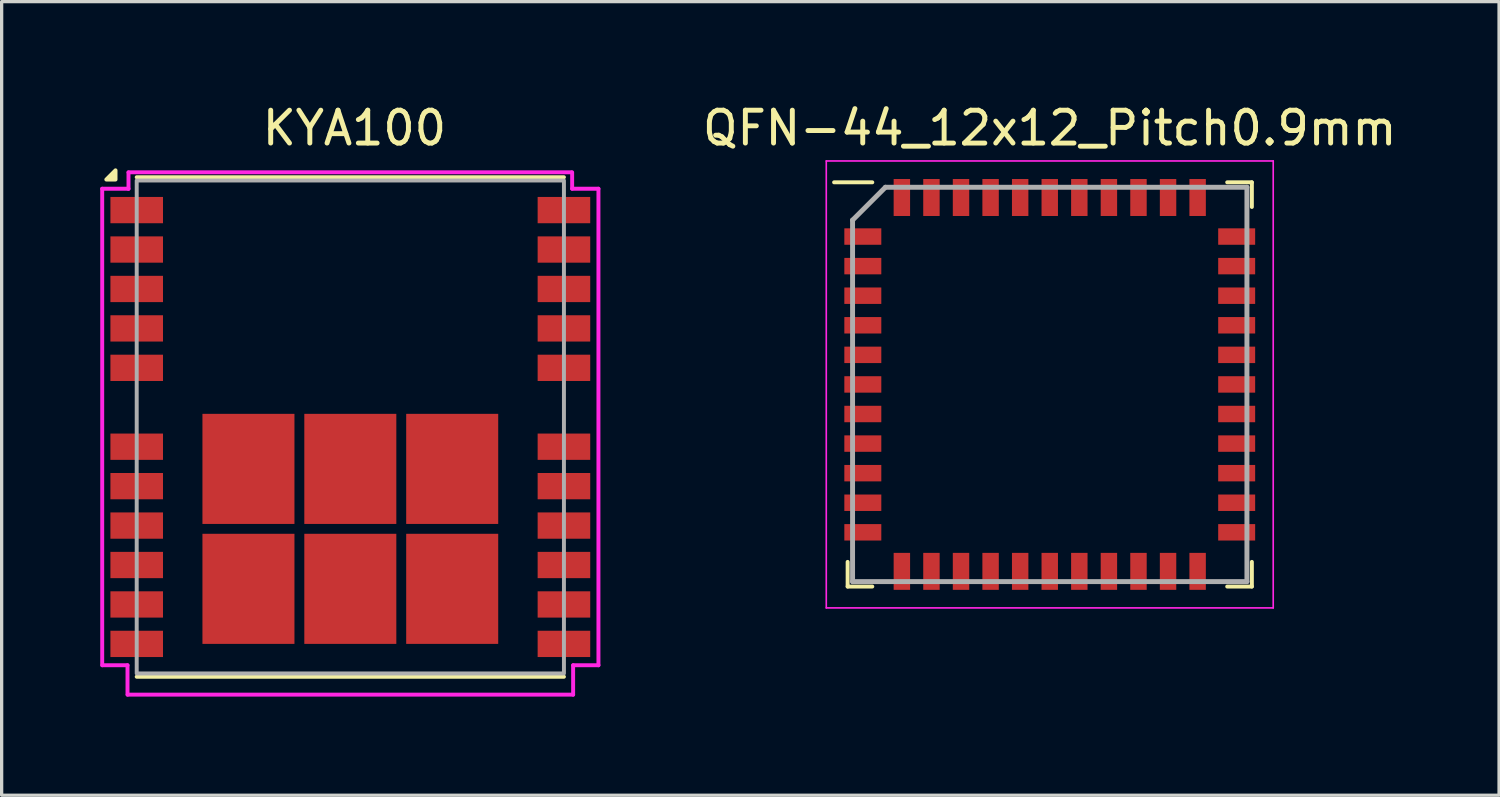
<source format=kicad_pcb>
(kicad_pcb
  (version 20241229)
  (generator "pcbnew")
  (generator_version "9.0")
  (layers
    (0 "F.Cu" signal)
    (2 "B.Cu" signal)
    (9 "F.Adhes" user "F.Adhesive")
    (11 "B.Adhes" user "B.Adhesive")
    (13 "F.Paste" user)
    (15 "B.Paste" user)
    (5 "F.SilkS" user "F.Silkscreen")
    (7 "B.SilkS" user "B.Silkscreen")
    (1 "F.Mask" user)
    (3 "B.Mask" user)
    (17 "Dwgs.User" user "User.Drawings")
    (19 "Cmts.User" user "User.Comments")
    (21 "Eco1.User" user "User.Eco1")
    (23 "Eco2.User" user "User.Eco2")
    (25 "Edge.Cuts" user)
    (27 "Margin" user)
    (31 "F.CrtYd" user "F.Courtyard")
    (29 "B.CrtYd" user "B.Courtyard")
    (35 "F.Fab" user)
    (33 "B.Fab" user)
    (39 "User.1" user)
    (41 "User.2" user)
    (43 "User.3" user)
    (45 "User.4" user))
  (footprint "QFN-44_12x12_Pitch0.9mm"
    (layer "F.Cu")
    (at 28.893 8.648)
    (property "Reference" "QFN-44_12x12_Pitch0.9mm" (at 0 -7.8 0) (layer "F.SilkS") (effects (font (size 1 1) (thickness 0.15))))
    (attr through_hole)
    (fp_line (start -6.15 6.15) (end -6.15 5.4) (stroke (width 0.12) (type default)) (layer "F.SilkS"))
    (fp_line (start -5.4 -6.15) (end -6.562 -6.15) (stroke (width 0.12) (type default)) (layer "F.SilkS"))
    (fp_line (start -5.4 6.15) (end -6.15 6.15) (stroke (width 0.12) (type default)) (layer "F.SilkS"))
    (fp_line (start 5.4 -6.15) (end 6.15 -6.15) (stroke (width 0.12) (type default)) (layer "F.SilkS"))
    (fp_line (start 5.4 6.15) (end 6.15 6.15) (stroke (width 0.12) (type default)) (layer "F.SilkS"))
    (fp_line (start 6.15 -6.15) (end 6.15 -5.4) (stroke (width 0.12) (type default)) (layer "F.SilkS"))
    (fp_line (start 6.15 6.15) (end 6.15 5.4) (stroke (width 0.12) (type default)) (layer "F.SilkS"))
    (fp_line (start -6.8 -6.8) (end 6.8 -6.8) (stroke (width 0.05) (type default)) (layer "F.CrtYd"))
    (fp_line (start -6.8 6.8) (end -6.8 -6.8) (stroke (width 0.05) (type default)) (layer "F.CrtYd"))
    (fp_line (start 6.8 -6.8) (end 6.8 6.8) (stroke (width 0.05) (type default)) (layer "F.CrtYd"))
    (fp_line (start 6.8 6.8) (end -6.8 6.8) (stroke (width 0.05) (type default)) (layer "F.CrtYd"))
    (fp_line (start -6 -5) (end -6 6) (stroke (width 0.15) (type default)) (layer "F.Fab"))
    (fp_line (start -6 6) (end 6 6) (stroke (width 0.15) (type default)) (layer "F.Fab"))
    (fp_line (start -5 -6) (end -6 -5) (stroke (width 0.15) (type default)) (layer "F.Fab"))
    (fp_line (start 6 -6) (end -5 -6) (stroke (width 0.15) (type default)) (layer "F.Fab"))
    (fp_line (start 6 6) (end 6 -6) (stroke (width 0.15) (type default)) (layer "F.Fab"))
    (pad "1" smd rect (at -5.688 -4.5 90) (size 0.5 1.125) (layers "F.Cu" "F.Mask" "F.Paste"))
    (pad "2" smd rect (at -5.688 -3.6 90) (size 0.5 1.125) (layers "F.Cu" "F.Mask" "F.Paste"))
    (pad "3" smd rect (at -5.688 -2.7 90) (size 0.5 1.125) (layers "F.Cu" "F.Mask" "F.Paste"))
    (pad "4" smd rect (at -5.688 -1.8 90) (size 0.5 1.125) (layers "F.Cu" "F.Mask" "F.Paste"))
    (pad "5" smd rect (at -5.688 -0.9 90) (size 0.5 1.125) (layers "F.Cu" "F.Mask" "F.Paste"))
    (pad "6" smd rect (at -5.688 0 90) (size 0.5 1.125) (layers "F.Cu" "F.Mask" "F.Paste"))
    (pad "7" smd rect (at -5.688 0.9 90) (size 0.5 1.125) (layers "F.Cu" "F.Mask" "F.Paste"))
    (pad "8" smd rect (at -5.688 1.8 90) (size 0.5 1.125) (layers "F.Cu" "F.Mask" "F.Paste"))
    (pad "9" smd rect (at -5.688 2.7 90) (size 0.5 1.125) (layers "F.Cu" "F.Mask" "F.Paste"))
    (pad "10" smd rect (at -5.688 3.6 90) (size 0.5 1.125) (layers "F.Cu" "F.Mask" "F.Paste"))
    (pad "11" smd rect (at -5.688 4.5 90) (size 0.5 1.125) (layers "F.Cu" "F.Mask" "F.Paste"))
    (pad "12" smd rect (at -4.5 5.688) (size 0.5 1.125) (layers "F.Cu" "F.Mask" "F.Paste"))
    (pad "13" smd rect (at -3.6 5.688) (size 0.5 1.125) (layers "F.Cu" "F.Mask" "F.Paste"))
    (pad "14" smd rect (at -2.7 5.688) (size 0.5 1.125) (layers "F.Cu" "F.Mask" "F.Paste"))
    (pad "15" smd rect (at -1.8 5.688) (size 0.5 1.125) (layers "F.Cu" "F.Mask" "F.Paste"))
    (pad "16" smd rect (at -0.9 5.688) (size 0.5 1.125) (layers "F.Cu" "F.Mask" "F.Paste"))
    (pad "17" smd rect (at 0 5.688) (size 0.5 1.125) (layers "F.Cu" "F.Mask" "F.Paste"))
    (pad "18" smd rect (at 0.9 5.688) (size 0.5 1.125) (layers "F.Cu" "F.Mask" "F.Paste"))
    (pad "19" smd rect (at 1.8 5.688) (size 0.5 1.125) (layers "F.Cu" "F.Mask" "F.Paste"))
    (pad "20" smd rect (at 2.7 5.688) (size 0.5 1.125) (layers "F.Cu" "F.Mask" "F.Paste"))
    (pad "21" smd rect (at 3.6 5.688) (size 0.5 1.125) (layers "F.Cu" "F.Mask" "F.Paste"))
    (pad "22" smd rect (at 4.5 5.688) (size 0.5 1.125) (layers "F.Cu" "F.Mask" "F.Paste"))
    (pad "23" smd rect (at 5.688 4.5 90) (size 0.5 1.125) (layers "F.Cu" "F.Mask" "F.Paste"))
    (pad "24" smd rect (at 5.688 3.6 90) (size 0.5 1.125) (layers "F.Cu" "F.Mask" "F.Paste"))
    (pad "25" smd rect (at 5.688 2.7 90) (size 0.5 1.125) (layers "F.Cu" "F.Mask" "F.Paste"))
    (pad "26" smd rect (at 5.688 1.8 90) (size 0.5 1.125) (layers "F.Cu" "F.Mask" "F.Paste"))
    (pad "27" smd rect (at 5.688 0.9 90) (size 0.5 1.125) (layers "F.Cu" "F.Mask" "F.Paste"))
    (pad "28" smd rect (at 5.688 0 90) (size 0.5 1.125) (layers "F.Cu" "F.Mask" "F.Paste"))
    (pad "29" smd rect (at 5.688 -0.9 90) (size 0.5 1.125) (layers "F.Cu" "F.Mask" "F.Paste"))
    (pad "30" smd rect (at 5.688 -1.8 90) (size 0.5 1.125) (layers "F.Cu" "F.Mask" "F.Paste"))
    (pad "31" smd rect (at 5.688 -2.7 90) (size 0.5 1.125) (layers "F.Cu" "F.Mask" "F.Paste"))
    (pad "32" smd rect (at 5.688 -3.6 90) (size 0.5 1.125) (layers "F.Cu" "F.Mask" "F.Paste"))
    (pad "33" smd rect (at 5.688 -4.5 90) (size 0.5 1.125) (layers "F.Cu" "F.Mask" "F.Paste"))
    (pad "34" smd rect (at 4.5 -5.688) (size 0.5 1.125) (layers "F.Cu" "F.Mask" "F.Paste"))
    (pad "35" smd rect (at 3.6 -5.688) (size 0.5 1.125) (layers "F.Cu" "F.Mask" "F.Paste"))
    (pad "36" smd rect (at 2.7 -5.688) (size 0.5 1.125) (layers "F.Cu" "F.Mask" "F.Paste"))
    (pad "37" smd rect (at 1.8 -5.688) (size 0.5 1.125) (layers "F.Cu" "F.Mask" "F.Paste"))
    (pad "38" smd rect (at 0.9 -5.688) (size 0.5 1.125) (layers "F.Cu" "F.Mask" "F.Paste"))
    (pad "39" smd rect (at 0 -5.688) (size 0.5 1.125) (layers "F.Cu" "F.Mask" "F.Paste"))
    (pad "40" smd rect (at -0.9 -5.688) (size 0.5 1.125) (layers "F.Cu" "F.Mask" "F.Paste"))
    (pad "41" smd rect (at -1.8 -5.688) (size 0.5 1.125) (layers "F.Cu" "F.Mask" "F.Paste"))
    (pad "42" smd rect (at -2.7 -5.688) (size 0.5 1.125) (layers "F.Cu" "F.Mask" "F.Paste"))
    (pad "43" smd rect (at -3.6 -5.688) (size 0.5 1.125) (layers "F.Cu" "F.Mask" "F.Paste"))
    (pad "44" smd rect (at -4.5 -5.688) (size 0.5 1.125) (layers "F.Cu" "F.Mask" "F.Paste")))
  (footprint "KYA100"
    (layer "F.Cu")
    (at 7.61 9.943)
    (property "Reference" "KYA100" (at 0.125 -9.095 0) (unlocked yes) (layer "F.SilkS") (effects (font (size 1 1) (thickness 0.15))))
    (attr smd)
    (fp_line (start -6.5 -7.6) (end 6.5 -7.6) (stroke (width 0.12) (type default)) (layer "F.SilkS"))
    (fp_line (start -6.5 7.6) (end 6.5 7.6) (stroke (width 0.12) (type default)) (layer "F.SilkS"))
    (fp_poly (pts (xy -7.145 -7.53) (xy -7.425 -7.53) (xy -7.145 -7.81) (xy -7.145 -7.53)) (stroke (width 0.12) (type solid)) (fill yes) (layer "F.SilkS"))
    (fp_line (start -7.55 -7.25) (end -7.55 7.25) (stroke (width 0.12) (type default)) (layer "F.CrtYd"))
    (fp_line (start -7.545 7.25) (end -6.78 7.25) (stroke (width 0.12) (type default)) (layer "F.CrtYd"))
    (fp_line (start -6.78 7.25) (end -6.78 8.145) (stroke (width 0.12) (type default)) (layer "F.CrtYd"))
    (fp_line (start -6.775 8.145) (end 6.78 8.145) (stroke (width 0.12) (type default)) (layer "F.CrtYd"))
    (fp_line (start -6.75 -7.745) (end -6.75 -7.245) (stroke (width 0.12) (type default)) (layer "F.CrtYd"))
    (fp_line (start -6.75 -7.25) (end -7.55 -7.25) (stroke (width 0.12) (type default)) (layer "F.CrtYd"))
    (fp_line (start 6.725 -7.75) (end -6.75 -7.75) (stroke (width 0.12) (type default)) (layer "F.CrtYd"))
    (fp_line (start 6.75 -7.25) (end 6.75 -7.75) (stroke (width 0.12) (type default)) (layer "F.CrtYd"))
    (fp_line (start 6.78 7.25) (end 7.55 7.25) (stroke (width 0.12) (type default)) (layer "F.CrtYd"))
    (fp_line (start 6.78 8.145) (end 6.78 7.25) (stroke (width 0.12) (type default)) (layer "F.CrtYd"))
    (fp_line (start 7.55 -7.25) (end 6.75 -7.25) (stroke (width 0.12) (type default)) (layer "F.CrtYd"))
    (fp_line (start 7.55 7.25) (end 7.55 -7.25) (stroke (width 0.12) (type default)) (layer "F.CrtYd"))
    (fp_rect (start -6.5 -7.5) (end 6.5 7.5) (stroke (width 0.12) (type default)) (fill no) (layer "F.Fab"))
    (pad "" smd rect (at -3.1 1.275) (size 2 2.5) (layers "F.Paste"))
    (pad "" smd rect (at -3.1 4.925) (size 2 2.5) (layers "F.Paste"))
    (pad "" smd rect (at 0 1.275) (size 2 2.5) (layers "F.Paste"))
    (pad "" smd rect (at 0 4.925) (size 2 2.5) (layers "F.Paste"))
    (pad "" smd rect (at 3.1 1.275) (size 2 2.5) (layers "F.Paste"))
    (pad "" smd rect (at 3.1 4.925) (size 2 2.5) (layers "F.Paste"))
    (pad "1" smd rect (at -6.5 -6.6) (size 1.6 0.8) (layers "F.Cu" "F.Mask" "F.Paste"))
    (pad "2" smd rect (at -6.5 -5.4) (size 1.6 0.8) (layers "F.Cu" "F.Mask" "F.Paste"))
    (pad "3" smd rect (at -6.5 -4.2) (size 1.6 0.8) (layers "F.Cu" "F.Mask" "F.Paste"))
    (pad "4" smd rect (at -6.5 -3) (size 1.6 0.8) (layers "F.Cu" "F.Mask" "F.Paste"))
    (pad "5" smd rect (at -6.5 -1.8) (size 1.6 0.8) (layers "F.Cu" "F.Mask" "F.Paste"))
    (pad "6" smd rect (at -6.5 0.6) (size 1.6 0.8) (layers "F.Cu" "F.Mask" "F.Paste"))
    (pad "7" smd rect (at -6.5 1.8) (size 1.6 0.8) (layers "F.Cu" "F.Mask" "F.Paste"))
    (pad "8" smd rect (at -6.5 3) (size 1.6 0.8) (layers "F.Cu" "F.Mask" "F.Paste"))
    (pad "9" smd rect (at -6.5 4.2) (size 1.6 0.8) (layers "F.Cu" "F.Mask" "F.Paste"))
    (pad "10" smd rect (at -6.5 5.4) (size 1.6 0.8) (layers "F.Cu" "F.Mask" "F.Paste"))
    (pad "11" smd rect (at -6.5 6.6) (size 1.6 0.8) (layers "F.Cu" "F.Mask" "F.Paste"))
    (pad "12" smd rect (at 6.5 6.6) (size 1.6 0.8) (layers "F.Cu" "F.Mask" "F.Paste"))
    (pad "13" smd rect (at 6.5 5.4) (size 1.6 0.8) (layers "F.Cu" "F.Mask" "F.Paste"))
    (pad "14" smd rect (at 6.5 4.2) (size 1.6 0.8) (layers "F.Cu" "F.Mask" "F.Paste"))
    (pad "15" smd rect (at 6.5 3) (size 1.6 0.8) (layers "F.Cu" "F.Mask" "F.Paste"))
    (pad "16" smd rect (at 6.5 1.8) (size 1.6 0.8) (layers "F.Cu" "F.Mask" "F.Paste"))
    (pad "17" smd rect (at 6.5 0.6) (size 1.6 0.8) (layers "F.Cu" "F.Mask" "F.Paste"))
    (pad "18" smd rect (at 6.5 -1.8) (size 1.6 0.8) (layers "F.Cu" "F.Mask" "F.Paste"))
    (pad "19" smd rect (at 6.5 -3) (size 1.6 0.8) (layers "F.Cu" "F.Mask" "F.Paste"))
    (pad "20" smd rect (at 6.5 -4.2) (size 1.6 0.8) (layers "F.Cu" "F.Mask" "F.Paste"))
    (pad "21" smd rect (at 6.5 -5.4) (size 1.6 0.8) (layers "F.Cu" "F.Mask" "F.Paste"))
    (pad "22" smd rect (at 6.5 -6.6) (size 1.6 0.8) (layers "F.Cu" "F.Mask" "F.Paste"))
    (pad "23" smd rect (at -3.1 1.275) (size 2.8 3.35) (layers "F.Cu" "F.Mask"))
    (pad "24" smd rect (at 0 1.275) (size 2.8 3.35) (layers "F.Cu" "F.Mask"))
    (pad "25" smd rect (at 3.1 1.275) (size 2.8 3.35) (layers "F.Cu" "F.Mask"))
    (pad "26" smd rect (at -3.1 4.925) (size 2.8 3.35) (layers "F.Cu" "F.Mask"))
    (pad "27" smd rect (at 0 4.925) (size 2.8 3.35) (layers "F.Cu" "F.Mask"))
    (pad "28" smd rect (at 3.1 4.925) (size 2.8 3.35) (layers "F.Cu" "F.Mask")))
  (gr_rect
    (start -3 -3)
    (end 42.565 21.148)
    (stroke (width 0.1) (type default))
    (fill no)
    (layer "Edge.Cuts")))
</source>
